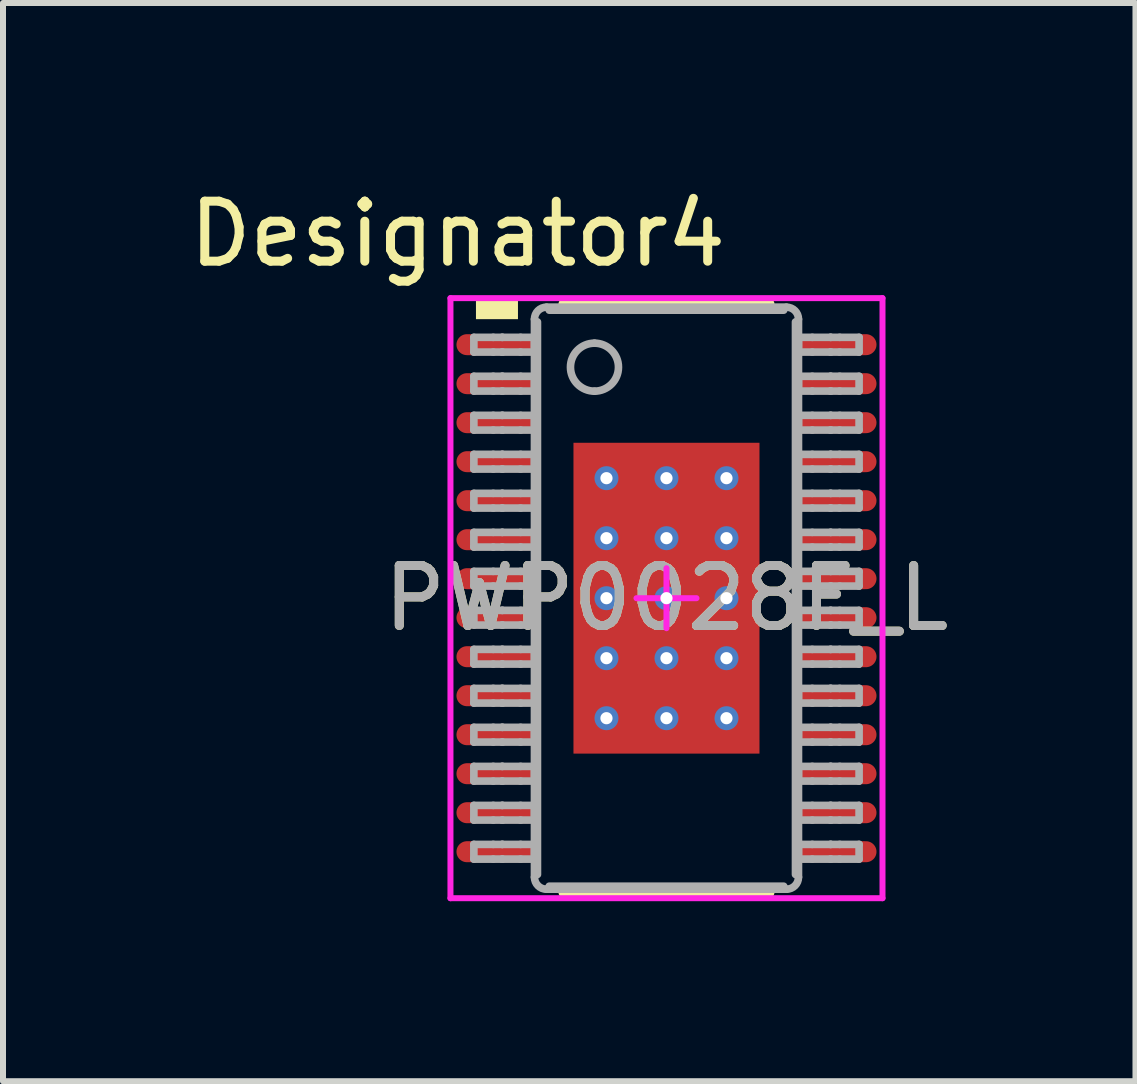
<source format=kicad_pcb>
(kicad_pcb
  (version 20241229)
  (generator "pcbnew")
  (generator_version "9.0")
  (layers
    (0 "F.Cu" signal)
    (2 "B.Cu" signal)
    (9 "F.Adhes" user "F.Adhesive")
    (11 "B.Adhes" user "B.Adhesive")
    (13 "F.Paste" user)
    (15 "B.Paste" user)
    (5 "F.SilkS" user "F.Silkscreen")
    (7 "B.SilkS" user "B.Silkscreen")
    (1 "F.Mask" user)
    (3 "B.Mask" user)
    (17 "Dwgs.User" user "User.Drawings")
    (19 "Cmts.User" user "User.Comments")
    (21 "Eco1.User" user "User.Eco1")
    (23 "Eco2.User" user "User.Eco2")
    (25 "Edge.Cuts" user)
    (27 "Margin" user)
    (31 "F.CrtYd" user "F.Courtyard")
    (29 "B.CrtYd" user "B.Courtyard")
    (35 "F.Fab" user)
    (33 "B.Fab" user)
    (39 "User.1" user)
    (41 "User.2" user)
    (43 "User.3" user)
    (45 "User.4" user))
  (footprint "PWP0028F_L"
    (layer "F.Cu")
    (at 8.057 6.919)
    (property "Reference" "PWP0028F_L" (at 0 0 0) (unlocked yes) (layer "F.SilkS") (effects (font (size 1 1) (thickness 0.15))))
    (attr smd)
    (fp_line (start -1.7 -4.9) (end 1.7 -4.9) (stroke (width 0.2) (type solid)) (layer "F.SilkS"))
    (fp_line (start -1.7 4.9) (end 1.7 4.9) (stroke (width 0.2) (type solid)) (layer "F.SilkS"))
    (fp_poly (pts (xy -3.175 -4.65) (xy -2.475 -4.65) (xy -2.475 -4.975) (xy -3.175 -4.975)) (stroke (width 0) (type solid)) (fill yes) (layer "F.SilkS"))
    (fp_line (start -3.6 -5) (end 3.6 -5) (stroke (width 0.1) (type solid)) (layer "F.CrtYd"))
    (fp_line (start -3.6 5) (end -3.6 -5) (stroke (width 0.1) (type solid)) (layer "F.CrtYd"))
    (fp_line (start -3.6 5) (end 3.6 5) (stroke (width 0.1) (type solid)) (layer "F.CrtYd"))
    (fp_line (start -0.5 0) (end 0.5 0) (stroke (width 0.1) (type solid)) (layer "F.CrtYd"))
    (fp_line (start 0 0.5) (end 0 -0.5) (stroke (width 0.1) (type solid)) (layer "F.CrtYd"))
    (fp_line (start 3.6 5) (end 3.6 -5) (stroke (width 0.1) (type solid)) (layer "F.CrtYd"))
    (fp_line (start -3.21 -4.347) (end -2.887 -4.347) (stroke (width 0.127) (type solid)) (layer "F.Fab"))
    (fp_line (start -3.21 -4.102) (end -3.21 -4.347) (stroke (width 0.127) (type solid)) (layer "F.Fab"))
    (fp_line (start -3.21 -4.102) (end -2.887 -4.102) (stroke (width 0.127) (type solid)) (layer "F.Fab"))
    (fp_line (start -3.21 -3.698) (end -2.887 -3.698) (stroke (width 0.127) (type solid)) (layer "F.Fab"))
    (fp_line (start -3.21 -3.452) (end -3.21 -3.698) (stroke (width 0.127) (type solid)) (layer "F.Fab"))
    (fp_line (start -3.21 -3.452) (end -2.887 -3.452) (stroke (width 0.127) (type solid)) (layer "F.Fab"))
    (fp_line (start -3.21 -3.047) (end -2.887 -3.047) (stroke (width 0.127) (type solid)) (layer "F.Fab"))
    (fp_line (start -3.21 -2.802) (end -3.21 -3.047) (stroke (width 0.127) (type solid)) (layer "F.Fab"))
    (fp_line (start -3.21 -2.802) (end -2.887 -2.802) (stroke (width 0.127) (type solid)) (layer "F.Fab"))
    (fp_line (start -3.21 -2.397) (end -2.887 -2.397) (stroke (width 0.127) (type solid)) (layer "F.Fab"))
    (fp_line (start -3.21 -2.152) (end -3.21 -2.397) (stroke (width 0.127) (type solid)) (layer "F.Fab"))
    (fp_line (start -3.21 -2.152) (end -2.887 -2.152) (stroke (width 0.127) (type solid)) (layer "F.Fab"))
    (fp_line (start -3.21 -1.747) (end -2.887 -1.747) (stroke (width 0.127) (type solid)) (layer "F.Fab"))
    (fp_line (start -3.21 -1.502) (end -3.21 -1.747) (stroke (width 0.127) (type solid)) (layer "F.Fab"))
    (fp_line (start -3.21 -1.502) (end -2.887 -1.502) (stroke (width 0.127) (type solid)) (layer "F.Fab"))
    (fp_line (start -3.21 -1.097) (end -2.887 -1.097) (stroke (width 0.127) (type solid)) (layer "F.Fab"))
    (fp_line (start -3.21 -0.852) (end -3.21 -1.097) (stroke (width 0.127) (type solid)) (layer "F.Fab"))
    (fp_line (start -3.21 -0.852) (end -2.887 -0.852) (stroke (width 0.127) (type solid)) (layer "F.Fab"))
    (fp_line (start -3.21 -0.447) (end -2.887 -0.447) (stroke (width 0.127) (type solid)) (layer "F.Fab"))
    (fp_line (start -3.21 -0.202) (end -3.21 -0.447) (stroke (width 0.127) (type solid)) (layer "F.Fab"))
    (fp_line (start -3.21 -0.202) (end -2.887 -0.202) (stroke (width 0.127) (type solid)) (layer "F.Fab"))
    (fp_line (start -3.21 0.203) (end -2.887 0.203) (stroke (width 0.127) (type solid)) (layer "F.Fab"))
    (fp_line (start -3.21 0.448) (end -3.21 0.203) (stroke (width 0.127) (type solid)) (layer "F.Fab"))
    (fp_line (start -3.21 0.448) (end -2.887 0.448) (stroke (width 0.127) (type solid)) (layer "F.Fab"))
    (fp_line (start -3.21 0.853) (end -2.887 0.853) (stroke (width 0.127) (type solid)) (layer "F.Fab"))
    (fp_line (start -3.21 1.098) (end -3.21 0.853) (stroke (width 0.127) (type solid)) (layer "F.Fab"))
    (fp_line (start -3.21 1.098) (end -2.887 1.098) (stroke (width 0.127) (type solid)) (layer "F.Fab"))
    (fp_line (start -3.21 1.503) (end -2.887 1.503) (stroke (width 0.127) (type solid)) (layer "F.Fab"))
    (fp_line (start -3.21 1.748) (end -3.21 1.503) (stroke (width 0.127) (type solid)) (layer "F.Fab"))
    (fp_line (start -3.21 1.748) (end -2.887 1.748) (stroke (width 0.127) (type solid)) (layer "F.Fab"))
    (fp_line (start -3.21 2.152) (end -2.887 2.152) (stroke (width 0.127) (type solid)) (layer "F.Fab"))
    (fp_line (start -3.21 2.398) (end -3.21 2.152) (stroke (width 0.127) (type solid)) (layer "F.Fab"))
    (fp_line (start -3.21 2.398) (end -2.887 2.398) (stroke (width 0.127) (type solid)) (layer "F.Fab"))
    (fp_line (start -3.21 2.803) (end -2.887 2.803) (stroke (width 0.127) (type solid)) (layer "F.Fab"))
    (fp_line (start -3.21 3.048) (end -3.21 2.803) (stroke (width 0.127) (type solid)) (layer "F.Fab"))
    (fp_line (start -3.21 3.048) (end -2.887 3.048) (stroke (width 0.127) (type solid)) (layer "F.Fab"))
    (fp_line (start -3.21 3.453) (end -2.887 3.453) (stroke (width 0.127) (type solid)) (layer "F.Fab"))
    (fp_line (start -3.21 3.698) (end -3.21 3.453) (stroke (width 0.127) (type solid)) (layer "F.Fab"))
    (fp_line (start -3.21 3.698) (end -2.887 3.698) (stroke (width 0.127) (type solid)) (layer "F.Fab"))
    (fp_line (start -3.21 4.103) (end -2.887 4.103) (stroke (width 0.127) (type solid)) (layer "F.Fab"))
    (fp_line (start -3.21 4.348) (end -3.21 4.103) (stroke (width 0.127) (type solid)) (layer "F.Fab"))
    (fp_line (start -3.21 4.348) (end -2.887 4.348) (stroke (width 0.127) (type solid)) (layer "F.Fab"))
    (fp_line (start -2.887 -4.347) (end -2.739 -4.347) (stroke (width 0.127) (type solid)) (layer "F.Fab"))
    (fp_line (start -2.887 -4.102) (end -2.739 -4.102) (stroke (width 0.127) (type solid)) (layer "F.Fab"))
    (fp_line (start -2.887 -3.698) (end -2.739 -3.698) (stroke (width 0.127) (type solid)) (layer "F.Fab"))
    (fp_line (start -2.887 -3.452) (end -2.739 -3.452) (stroke (width 0.127) (type solid)) (layer "F.Fab"))
    (fp_line (start -2.887 -3.047) (end -2.739 -3.047) (stroke (width 0.127) (type solid)) (layer "F.Fab"))
    (fp_line (start -2.887 -2.802) (end -2.739 -2.802) (stroke (width 0.127) (type solid)) (layer "F.Fab"))
    (fp_line (start -2.887 -2.397) (end -2.739 -2.397) (stroke (width 0.127) (type solid)) (layer "F.Fab"))
    (fp_line (start -2.887 -2.152) (end -2.739 -2.152) (stroke (width 0.127) (type solid)) (layer "F.Fab"))
    (fp_line (start -2.887 -1.747) (end -2.739 -1.747) (stroke (width 0.127) (type solid)) (layer "F.Fab"))
    (fp_line (start -2.887 -1.502) (end -2.739 -1.502) (stroke (width 0.127) (type solid)) (layer "F.Fab"))
    (fp_line (start -2.887 -1.097) (end -2.739 -1.097) (stroke (width 0.127) (type solid)) (layer "F.Fab"))
    (fp_line (start -2.887 -0.852) (end -2.739 -0.852) (stroke (width 0.127) (type solid)) (layer "F.Fab"))
    (fp_line (start -2.887 -0.447) (end -2.739 -0.447) (stroke (width 0.127) (type solid)) (layer "F.Fab"))
    (fp_line (start -2.887 -0.202) (end -2.739 -0.202) (stroke (width 0.127) (type solid)) (layer "F.Fab"))
    (fp_line (start -2.887 0.203) (end -2.739 0.203) (stroke (width 0.127) (type solid)) (layer "F.Fab"))
    (fp_line (start -2.887 0.448) (end -2.739 0.448) (stroke (width 0.127) (type solid)) (layer "F.Fab"))
    (fp_line (start -2.887 0.853) (end -2.739 0.853) (stroke (width 0.127) (type solid)) (layer "F.Fab"))
    (fp_line (start -2.887 1.098) (end -2.739 1.098) (stroke (width 0.127) (type solid)) (layer "F.Fab"))
    (fp_line (start -2.887 1.503) (end -2.739 1.503) (stroke (width 0.127) (type solid)) (layer "F.Fab"))
    (fp_line (start -2.887 1.748) (end -2.739 1.748) (stroke (width 0.127) (type solid)) (layer "F.Fab"))
    (fp_line (start -2.887 2.152) (end -2.739 2.152) (stroke (width 0.127) (type solid)) (layer "F.Fab"))
    (fp_line (start -2.887 2.398) (end -2.739 2.398) (stroke (width 0.127) (type solid)) (layer "F.Fab"))
    (fp_line (start -2.887 2.803) (end -2.739 2.803) (stroke (width 0.127) (type solid)) (layer "F.Fab"))
    (fp_line (start -2.887 3.048) (end -2.739 3.048) (stroke (width 0.127) (type solid)) (layer "F.Fab"))
    (fp_line (start -2.887 3.453) (end -2.739 3.453) (stroke (width 0.127) (type solid)) (layer "F.Fab"))
    (fp_line (start -2.887 3.698) (end -2.739 3.698) (stroke (width 0.127) (type solid)) (layer "F.Fab"))
    (fp_line (start -2.887 4.103) (end -2.739 4.103) (stroke (width 0.127) (type solid)) (layer "F.Fab"))
    (fp_line (start -2.887 4.348) (end -2.739 4.348) (stroke (width 0.127) (type solid)) (layer "F.Fab"))
    (fp_line (start -2.739 -4.347) (end -2.733 -4.347) (stroke (width 0.127) (type solid)) (layer "F.Fab"))
    (fp_line (start -2.739 -4.102) (end -2.733 -4.102) (stroke (width 0.127) (type solid)) (layer "F.Fab"))
    (fp_line (start -2.739 -3.698) (end -2.733 -3.698) (stroke (width 0.127) (type solid)) (layer "F.Fab"))
    (fp_line (start -2.739 -3.452) (end -2.733 -3.452) (stroke (width 0.127) (type solid)) (layer "F.Fab"))
    (fp_line (start -2.739 -3.047) (end -2.733 -3.047) (stroke (width 0.127) (type solid)) (layer "F.Fab"))
    (fp_line (start -2.739 -2.802) (end -2.733 -2.802) (stroke (width 0.127) (type solid)) (layer "F.Fab"))
    (fp_line (start -2.739 -2.397) (end -2.733 -2.397) (stroke (width 0.127) (type solid)) (layer "F.Fab"))
    (fp_line (start -2.739 -2.152) (end -2.733 -2.152) (stroke (width 0.127) (type solid)) (layer "F.Fab"))
    (fp_line (start -2.739 -1.747) (end -2.733 -1.747) (stroke (width 0.127) (type solid)) (layer "F.Fab"))
    (fp_line (start -2.739 -1.502) (end -2.733 -1.502) (stroke (width 0.127) (type solid)) (layer "F.Fab"))
    (fp_line (start -2.739 -1.097) (end -2.733 -1.097) (stroke (width 0.127) (type solid)) (layer "F.Fab"))
    (fp_line (start -2.739 -0.852) (end -2.733 -0.852) (stroke (width 0.127) (type solid)) (layer "F.Fab"))
    (fp_line (start -2.739 -0.447) (end -2.733 -0.447) (stroke (width 0.127) (type solid)) (layer "F.Fab"))
    (fp_line (start -2.739 -0.202) (end -2.733 -0.202) (stroke (width 0.127) (type solid)) (layer "F.Fab"))
    (fp_line (start -2.739 0.203) (end -2.733 0.203) (stroke (width 0.127) (type solid)) (layer "F.Fab"))
    (fp_line (start -2.739 0.448) (end -2.733 0.448) (stroke (width 0.127) (type solid)) (layer "F.Fab"))
    (fp_line (start -2.739 0.853) (end -2.733 0.853) (stroke (width 0.127) (type solid)) (layer "F.Fab"))
    (fp_line (start -2.739 1.098) (end -2.733 1.098) (stroke (width 0.127) (type solid)) (layer "F.Fab"))
    (fp_line (start -2.739 1.503) (end -2.733 1.503) (stroke (width 0.127) (type solid)) (layer "F.Fab"))
    (fp_line (start -2.739 1.748) (end -2.733 1.748) (stroke (width 0.127) (type solid)) (layer "F.Fab"))
    (fp_line (start -2.739 2.152) (end -2.733 2.152) (stroke (width 0.127) (type solid)) (layer "F.Fab"))
    (fp_line (start -2.739 2.398) (end -2.733 2.398) (stroke (width 0.127) (type solid)) (layer "F.Fab"))
    (fp_line (start -2.739 2.803) (end -2.733 2.803) (stroke (width 0.127) (type solid)) (layer "F.Fab"))
    (fp_line (start -2.739 3.048) (end -2.733 3.048) (stroke (width 0.127) (type solid)) (layer "F.Fab"))
    (fp_line (start -2.739 3.453) (end -2.733 3.453) (stroke (width 0.127) (type solid)) (layer "F.Fab"))
    (fp_line (start -2.739 3.698) (end -2.733 3.698) (stroke (width 0.127) (type solid)) (layer "F.Fab"))
    (fp_line (start -2.739 4.103) (end -2.733 4.103) (stroke (width 0.127) (type solid)) (layer "F.Fab"))
    (fp_line (start -2.739 4.348) (end -2.733 4.348) (stroke (width 0.127) (type solid)) (layer "F.Fab"))
    (fp_line (start -2.733 -4.347) (end -2.431 -4.347) (stroke (width 0.127) (type solid)) (layer "F.Fab"))
    (fp_line (start -2.733 -4.102) (end -2.431 -4.102) (stroke (width 0.127) (type solid)) (layer "F.Fab"))
    (fp_line (start -2.733 -3.698) (end -2.431 -3.698) (stroke (width 0.127) (type solid)) (layer "F.Fab"))
    (fp_line (start -2.733 -3.452) (end -2.431 -3.452) (stroke (width 0.127) (type solid)) (layer "F.Fab"))
    (fp_line (start -2.733 -3.047) (end -2.431 -3.047) (stroke (width 0.127) (type solid)) (layer "F.Fab"))
    (fp_line (start -2.733 -2.802) (end -2.431 -2.802) (stroke (width 0.127) (type solid)) (layer "F.Fab"))
    (fp_line (start -2.733 -2.397) (end -2.431 -2.397) (stroke (width 0.127) (type solid)) (layer "F.Fab"))
    (fp_line (start -2.733 -2.152) (end -2.431 -2.152) (stroke (width 0.127) (type solid)) (layer "F.Fab"))
    (fp_line (start -2.733 -1.747) (end -2.431 -1.747) (stroke (width 0.127) (type solid)) (layer "F.Fab"))
    (fp_line (start -2.733 -1.502) (end -2.431 -1.502) (stroke (width 0.127) (type solid)) (layer "F.Fab"))
    (fp_line (start -2.733 -1.097) (end -2.431 -1.097) (stroke (width 0.127) (type solid)) (layer "F.Fab"))
    (fp_line (start -2.733 -0.852) (end -2.431 -0.852) (stroke (width 0.127) (type solid)) (layer "F.Fab"))
    (fp_line (start -2.733 -0.447) (end -2.431 -0.447) (stroke (width 0.127) (type solid)) (layer "F.Fab"))
    (fp_line (start -2.733 -0.202) (end -2.431 -0.202) (stroke (width 0.127) (type solid)) (layer "F.Fab"))
    (fp_line (start -2.733 0.203) (end -2.431 0.203) (stroke (width 0.127) (type solid)) (layer "F.Fab"))
    (fp_line (start -2.733 0.448) (end -2.431 0.448) (stroke (width 0.127) (type solid)) (layer "F.Fab"))
    (fp_line (start -2.733 0.853) (end -2.431 0.853) (stroke (width 0.127) (type solid)) (layer "F.Fab"))
    (fp_line (start -2.733 1.098) (end -2.431 1.098) (stroke (width 0.127) (type solid)) (layer "F.Fab"))
    (fp_line (start -2.733 1.503) (end -2.431 1.503) (stroke (width 0.127) (type solid)) (layer "F.Fab"))
    (fp_line (start -2.733 1.748) (end -2.431 1.748) (stroke (width 0.127) (type solid)) (layer "F.Fab"))
    (fp_line (start -2.733 2.152) (end -2.431 2.152) (stroke (width 0.127) (type solid)) (layer "F.Fab"))
    (fp_line (start -2.733 2.398) (end -2.431 2.398) (stroke (width 0.127) (type solid)) (layer "F.Fab"))
    (fp_line (start -2.733 2.803) (end -2.431 2.803) (stroke (width 0.127) (type solid)) (layer "F.Fab"))
    (fp_line (start -2.733 3.048) (end -2.431 3.048) (stroke (width 0.127) (type solid)) (layer "F.Fab"))
    (fp_line (start -2.733 3.453) (end -2.431 3.453) (stroke (width 0.127) (type solid)) (layer "F.Fab"))
    (fp_line (start -2.733 3.698) (end -2.431 3.698) (stroke (width 0.127) (type solid)) (layer "F.Fab"))
    (fp_line (start -2.733 4.103) (end -2.431 4.103) (stroke (width 0.127) (type solid)) (layer "F.Fab"))
    (fp_line (start -2.733 4.348) (end -2.431 4.348) (stroke (width 0.127) (type solid)) (layer "F.Fab"))
    (fp_line (start -2.431 -4.347) (end -2.2 -4.347) (stroke (width 0.127) (type solid)) (layer "F.Fab"))
    (fp_line (start -2.431 -4.102) (end -2.2 -4.102) (stroke (width 0.127) (type solid)) (layer "F.Fab"))
    (fp_line (start -2.431 -3.698) (end -2.2 -3.698) (stroke (width 0.127) (type solid)) (layer "F.Fab"))
    (fp_line (start -2.431 -3.452) (end -2.2 -3.452) (stroke (width 0.127) (type solid)) (layer "F.Fab"))
    (fp_line (start -2.431 -3.047) (end -2.2 -3.047) (stroke (width 0.127) (type solid)) (layer "F.Fab"))
    (fp_line (start -2.431 -2.802) (end -2.2 -2.802) (stroke (width 0.127) (type solid)) (layer "F.Fab"))
    (fp_line (start -2.431 -2.397) (end -2.2 -2.397) (stroke (width 0.127) (type solid)) (layer "F.Fab"))
    (fp_line (start -2.431 -2.152) (end -2.2 -2.152) (stroke (width 0.127) (type solid)) (layer "F.Fab"))
    (fp_line (start -2.431 -1.747) (end -2.2 -1.747) (stroke (width 0.127) (type solid)) (layer "F.Fab"))
    (fp_line (start -2.431 -1.502) (end -2.2 -1.502) (stroke (width 0.127) (type solid)) (layer "F.Fab"))
    (fp_line (start -2.431 -1.097) (end -2.2 -1.097) (stroke (width 0.127) (type solid)) (layer "F.Fab"))
    (fp_line (start -2.431 -0.852) (end -2.2 -0.852) (stroke (width 0.127) (type solid)) (layer "F.Fab"))
    (fp_line (start -2.431 -0.447) (end -2.2 -0.447) (stroke (width 0.127) (type solid)) (layer "F.Fab"))
    (fp_line (start -2.431 -0.202) (end -2.2 -0.202) (stroke (width 0.127) (type solid)) (layer "F.Fab"))
    (fp_line (start -2.431 0.203) (end -2.2 0.203) (stroke (width 0.127) (type solid)) (layer "F.Fab"))
    (fp_line (start -2.431 0.448) (end -2.2 0.448) (stroke (width 0.127) (type solid)) (layer "F.Fab"))
    (fp_line (start -2.431 0.853) (end -2.2 0.853) (stroke (width 0.127) (type solid)) (layer "F.Fab"))
    (fp_line (start -2.431 1.098) (end -2.2 1.098) (stroke (width 0.127) (type solid)) (layer "F.Fab"))
    (fp_line (start -2.431 1.503) (end -2.2 1.503) (stroke (width 0.127) (type solid)) (layer "F.Fab"))
    (fp_line (start -2.431 1.748) (end -2.2 1.748) (stroke (width 0.127) (type solid)) (layer "F.Fab"))
    (fp_line (start -2.431 2.152) (end -2.2 2.152) (stroke (width 0.127) (type solid)) (layer "F.Fab"))
    (fp_line (start -2.431 2.398) (end -2.2 2.398) (stroke (width 0.127) (type solid)) (layer "F.Fab"))
    (fp_line (start -2.431 2.803) (end -2.2 2.803) (stroke (width 0.127) (type solid)) (layer "F.Fab"))
    (fp_line (start -2.431 3.048) (end -2.2 3.048) (stroke (width 0.127) (type solid)) (layer "F.Fab"))
    (fp_line (start -2.431 3.453) (end -2.2 3.453) (stroke (width 0.127) (type solid)) (layer "F.Fab"))
    (fp_line (start -2.431 3.698) (end -2.2 3.698) (stroke (width 0.127) (type solid)) (layer "F.Fab"))
    (fp_line (start -2.431 4.103) (end -2.2 4.103) (stroke (width 0.127) (type solid)) (layer "F.Fab"))
    (fp_line (start -2.431 4.348) (end -2.2 4.348) (stroke (width 0.127) (type solid)) (layer "F.Fab"))
    (fp_line (start -2.2 -4.102) (end -2.2 -4.347) (stroke (width 0.127) (type solid)) (layer "F.Fab"))
    (fp_line (start -2.2 -3.452) (end -2.2 -3.698) (stroke (width 0.127) (type solid)) (layer "F.Fab"))
    (fp_line (start -2.2 -2.802) (end -2.2 -3.047) (stroke (width 0.127) (type solid)) (layer "F.Fab"))
    (fp_line (start -2.2 -2.152) (end -2.2 -2.397) (stroke (width 0.127) (type solid)) (layer "F.Fab"))
    (fp_line (start -2.2 -1.502) (end -2.2 -1.747) (stroke (width 0.127) (type solid)) (layer "F.Fab"))
    (fp_line (start -2.2 -0.852) (end -2.2 -1.097) (stroke (width 0.127) (type solid)) (layer "F.Fab"))
    (fp_line (start -2.2 -0.202) (end -2.2 -0.447) (stroke (width 0.127) (type solid)) (layer "F.Fab"))
    (fp_line (start -2.2 0.448) (end -2.2 0.203) (stroke (width 0.127) (type solid)) (layer "F.Fab"))
    (fp_line (start -2.2 1.098) (end -2.2 0.853) (stroke (width 0.127) (type solid)) (layer "F.Fab"))
    (fp_line (start -2.2 1.748) (end -2.2 1.503) (stroke (width 0.127) (type solid)) (layer "F.Fab"))
    (fp_line (start -2.2 2.398) (end -2.2 2.152) (stroke (width 0.127) (type solid)) (layer "F.Fab"))
    (fp_line (start -2.2 3.048) (end -2.2 2.803) (stroke (width 0.127) (type solid)) (layer "F.Fab"))
    (fp_line (start -2.2 3.698) (end -2.2 3.453) (stroke (width 0.127) (type solid)) (layer "F.Fab"))
    (fp_line (start -2.2 4.348) (end -2.2 4.103) (stroke (width 0.127) (type solid)) (layer "F.Fab"))
    (fp_line (start -2.2 4.65) (end -2.2 -4.65) (stroke (width 0.127) (type solid)) (layer "F.Fab"))
    (fp_line (start -2.15 4.604) (end -2.15 -4.604) (stroke (width 0.127) (type solid)) (layer "F.Fab"))
    (fp_line (start -2 -4.85) (end 2 -4.85) (stroke (width 0.127) (type solid)) (layer "F.Fab"))
    (fp_line (start -2 4.85) (end 2 4.85) (stroke (width 0.127) (type solid)) (layer "F.Fab"))
    (fp_line (start -1.954 -4.8) (end 1.954 -4.8) (stroke (width 0.127) (type solid)) (layer "F.Fab"))
    (fp_line (start -1.954 4.8) (end 1.954 4.8) (stroke (width 0.127) (type solid)) (layer "F.Fab"))
    (fp_line (start 2.15 4.604) (end 2.15 -4.604) (stroke (width 0.127) (type solid)) (layer "F.Fab"))
    (fp_line (start 2.2 -4.347) (end 2.43 -4.347) (stroke (width 0.127) (type solid)) (layer "F.Fab"))
    (fp_line (start 2.2 -4.102) (end 2.2 -4.347) (stroke (width 0.127) (type solid)) (layer "F.Fab"))
    (fp_line (start 2.2 -4.102) (end 2.43 -4.102) (stroke (width 0.127) (type solid)) (layer "F.Fab"))
    (fp_line (start 2.2 -3.698) (end 2.43 -3.698) (stroke (width 0.127) (type solid)) (layer "F.Fab"))
    (fp_line (start 2.2 -3.452) (end 2.2 -3.698) (stroke (width 0.127) (type solid)) (layer "F.Fab"))
    (fp_line (start 2.2 -3.452) (end 2.43 -3.452) (stroke (width 0.127) (type solid)) (layer "F.Fab"))
    (fp_line (start 2.2 -3.047) (end 2.43 -3.047) (stroke (width 0.127) (type solid)) (layer "F.Fab"))
    (fp_line (start 2.2 -2.802) (end 2.2 -3.047) (stroke (width 0.127) (type solid)) (layer "F.Fab"))
    (fp_line (start 2.2 -2.802) (end 2.43 -2.802) (stroke (width 0.127) (type solid)) (layer "F.Fab"))
    (fp_line (start 2.2 -2.397) (end 2.43 -2.397) (stroke (width 0.127) (type solid)) (layer "F.Fab"))
    (fp_line (start 2.2 -2.152) (end 2.2 -2.397) (stroke (width 0.127) (type solid)) (layer "F.Fab"))
    (fp_line (start 2.2 -2.152) (end 2.43 -2.152) (stroke (width 0.127) (type solid)) (layer "F.Fab"))
    (fp_line (start 2.2 -1.747) (end 2.43 -1.747) (stroke (width 0.127) (type solid)) (layer "F.Fab"))
    (fp_line (start 2.2 -1.502) (end 2.2 -1.747) (stroke (width 0.127) (type solid)) (layer "F.Fab"))
    (fp_line (start 2.2 -1.502) (end 2.43 -1.502) (stroke (width 0.127) (type solid)) (layer "F.Fab"))
    (fp_line (start 2.2 -1.097) (end 2.43 -1.097) (stroke (width 0.127) (type solid)) (layer "F.Fab"))
    (fp_line (start 2.2 -0.852) (end 2.2 -1.097) (stroke (width 0.127) (type solid)) (layer "F.Fab"))
    (fp_line (start 2.2 -0.852) (end 2.43 -0.852) (stroke (width 0.127) (type solid)) (layer "F.Fab"))
    (fp_line (start 2.2 -0.447) (end 2.43 -0.447) (stroke (width 0.127) (type solid)) (layer "F.Fab"))
    (fp_line (start 2.2 -0.202) (end 2.2 -0.447) (stroke (width 0.127) (type solid)) (layer "F.Fab"))
    (fp_line (start 2.2 -0.202) (end 2.43 -0.202) (stroke (width 0.127) (type solid)) (layer "F.Fab"))
    (fp_line (start 2.2 0.203) (end 2.43 0.203) (stroke (width 0.127) (type solid)) (layer "F.Fab"))
    (fp_line (start 2.2 0.448) (end 2.2 0.203) (stroke (width 0.127) (type solid)) (layer "F.Fab"))
    (fp_line (start 2.2 0.448) (end 2.43 0.448) (stroke (width 0.127) (type solid)) (layer "F.Fab"))
    (fp_line (start 2.2 0.853) (end 2.43 0.853) (stroke (width 0.127) (type solid)) (layer "F.Fab"))
    (fp_line (start 2.2 1.098) (end 2.2 0.853) (stroke (width 0.127) (type solid)) (layer "F.Fab"))
    (fp_line (start 2.2 1.098) (end 2.43 1.098) (stroke (width 0.127) (type solid)) (layer "F.Fab"))
    (fp_line (start 2.2 1.503) (end 2.43 1.503) (stroke (width 0.127) (type solid)) (layer "F.Fab"))
    (fp_line (start 2.2 1.748) (end 2.2 1.503) (stroke (width 0.127) (type solid)) (layer "F.Fab"))
    (fp_line (start 2.2 1.748) (end 2.43 1.748) (stroke (width 0.127) (type solid)) (layer "F.Fab"))
    (fp_line (start 2.2 2.152) (end 2.43 2.152) (stroke (width 0.127) (type solid)) (layer "F.Fab"))
    (fp_line (start 2.2 2.398) (end 2.2 2.152) (stroke (width 0.127) (type solid)) (layer "F.Fab"))
    (fp_line (start 2.2 2.398) (end 2.43 2.398) (stroke (width 0.127) (type solid)) (layer "F.Fab"))
    (fp_line (start 2.2 2.803) (end 2.43 2.803) (stroke (width 0.127) (type solid)) (layer "F.Fab"))
    (fp_line (start 2.2 3.048) (end 2.2 2.803) (stroke (width 0.127) (type solid)) (layer "F.Fab"))
    (fp_line (start 2.2 3.048) (end 2.43 3.048) (stroke (width 0.127) (type solid)) (layer "F.Fab"))
    (fp_line (start 2.2 3.453) (end 2.43 3.453) (stroke (width 0.127) (type solid)) (layer "F.Fab"))
    (fp_line (start 2.2 3.698) (end 2.2 3.453) (stroke (width 0.127) (type solid)) (layer "F.Fab"))
    (fp_line (start 2.2 3.698) (end 2.43 3.698) (stroke (width 0.127) (type solid)) (layer "F.Fab"))
    (fp_line (start 2.2 4.103) (end 2.43 4.103) (stroke (width 0.127) (type solid)) (layer "F.Fab"))
    (fp_line (start 2.2 4.348) (end 2.2 4.103) (stroke (width 0.127) (type solid)) (layer "F.Fab"))
    (fp_line (start 2.2 4.348) (end 2.43 4.348) (stroke (width 0.127) (type solid)) (layer "F.Fab"))
    (fp_line (start 2.2 4.65) (end 2.2 -4.65) (stroke (width 0.127) (type solid)) (layer "F.Fab"))
    (fp_line (start 2.43 -4.347) (end 2.733 -4.347) (stroke (width 0.127) (type solid)) (layer "F.Fab"))
    (fp_line (start 2.43 -4.102) (end 2.733 -4.102) (stroke (width 0.127) (type solid)) (layer "F.Fab"))
    (fp_line (start 2.43 -3.698) (end 2.733 -3.698) (stroke (width 0.127) (type solid)) (layer "F.Fab"))
    (fp_line (start 2.43 -3.452) (end 2.733 -3.452) (stroke (width 0.127) (type solid)) (layer "F.Fab"))
    (fp_line (start 2.43 -3.047) (end 2.733 -3.047) (stroke (width 0.127) (type solid)) (layer "F.Fab"))
    (fp_line (start 2.43 -2.802) (end 2.733 -2.802) (stroke (width 0.127) (type solid)) (layer "F.Fab"))
    (fp_line (start 2.43 -2.397) (end 2.733 -2.397) (stroke (width 0.127) (type solid)) (layer "F.Fab"))
    (fp_line (start 2.43 -2.152) (end 2.733 -2.152) (stroke (width 0.127) (type solid)) (layer "F.Fab"))
    (fp_line (start 2.43 -1.747) (end 2.733 -1.747) (stroke (width 0.127) (type solid)) (layer "F.Fab"))
    (fp_line (start 2.43 -1.502) (end 2.733 -1.502) (stroke (width 0.127) (type solid)) (layer "F.Fab"))
    (fp_line (start 2.43 -1.097) (end 2.733 -1.097) (stroke (width 0.127) (type solid)) (layer "F.Fab"))
    (fp_line (start 2.43 -0.852) (end 2.733 -0.852) (stroke (width 0.127) (type solid)) (layer "F.Fab"))
    (fp_line (start 2.43 -0.447) (end 2.733 -0.447) (stroke (width 0.127) (type solid)) (layer "F.Fab"))
    (fp_line (start 2.43 -0.202) (end 2.733 -0.202) (stroke (width 0.127) (type solid)) (layer "F.Fab"))
    (fp_line (start 2.43 0.203) (end 2.733 0.203) (stroke (width 0.127) (type solid)) (layer "F.Fab"))
    (fp_line (start 2.43 0.448) (end 2.733 0.448) (stroke (width 0.127) (type solid)) (layer "F.Fab"))
    (fp_line (start 2.43 0.853) (end 2.733 0.853) (stroke (width 0.127) (type solid)) (layer "F.Fab"))
    (fp_line (start 2.43 1.098) (end 2.733 1.098) (stroke (width 0.127) (type solid)) (layer "F.Fab"))
    (fp_line (start 2.43 1.503) (end 2.733 1.503) (stroke (width 0.127) (type solid)) (layer "F.Fab"))
    (fp_line (start 2.43 1.748) (end 2.733 1.748) (stroke (width 0.127) (type solid)) (layer "F.Fab"))
    (fp_line (start 2.43 2.152) (end 2.733 2.152) (stroke (width 0.127) (type solid)) (layer "F.Fab"))
    (fp_line (start 2.43 2.398) (end 2.733 2.398) (stroke (width 0.127) (type solid)) (layer "F.Fab"))
    (fp_line (start 2.43 2.803) (end 2.733 2.803) (stroke (width 0.127) (type solid)) (layer "F.Fab"))
    (fp_line (start 2.43 3.048) (end 2.733 3.048) (stroke (width 0.127) (type solid)) (layer "F.Fab"))
    (fp_line (start 2.43 3.453) (end 2.733 3.453) (stroke (width 0.127) (type solid)) (layer "F.Fab"))
    (fp_line (start 2.43 3.698) (end 2.733 3.698) (stroke (width 0.127) (type solid)) (layer "F.Fab"))
    (fp_line (start 2.43 4.103) (end 2.733 4.103) (stroke (width 0.127) (type solid)) (layer "F.Fab"))
    (fp_line (start 2.43 4.348) (end 2.733 4.348) (stroke (width 0.127) (type solid)) (layer "F.Fab"))
    (fp_line (start 2.733 -4.347) (end 2.739 -4.347) (stroke (width 0.127) (type solid)) (layer "F.Fab"))
    (fp_line (start 2.733 -4.102) (end 2.739 -4.102) (stroke (width 0.127) (type solid)) (layer "F.Fab"))
    (fp_line (start 2.733 -3.698) (end 2.739 -3.698) (stroke (width 0.127) (type solid)) (layer "F.Fab"))
    (fp_line (start 2.733 -3.452) (end 2.739 -3.452) (stroke (width 0.127) (type solid)) (layer "F.Fab"))
    (fp_line (start 2.733 -3.047) (end 2.739 -3.047) (stroke (width 0.127) (type solid)) (layer "F.Fab"))
    (fp_line (start 2.733 -2.802) (end 2.739 -2.802) (stroke (width 0.127) (type solid)) (layer "F.Fab"))
    (fp_line (start 2.733 -2.397) (end 2.739 -2.397) (stroke (width 0.127) (type solid)) (layer "F.Fab"))
    (fp_line (start 2.733 -2.152) (end 2.739 -2.152) (stroke (width 0.127) (type solid)) (layer "F.Fab"))
    (fp_line (start 2.733 -1.747) (end 2.739 -1.747) (stroke (width 0.127) (type solid)) (layer "F.Fab"))
    (fp_line (start 2.733 -1.502) (end 2.739 -1.502) (stroke (width 0.127) (type solid)) (layer "F.Fab"))
    (fp_line (start 2.733 -1.097) (end 2.739 -1.097) (stroke (width 0.127) (type solid)) (layer "F.Fab"))
    (fp_line (start 2.733 -0.852) (end 2.739 -0.852) (stroke (width 0.127) (type solid)) (layer "F.Fab"))
    (fp_line (start 2.733 -0.447) (end 2.739 -0.447) (stroke (width 0.127) (type solid)) (layer "F.Fab"))
    (fp_line (start 2.733 -0.202) (end 2.739 -0.202) (stroke (width 0.127) (type solid)) (layer "F.Fab"))
    (fp_line (start 2.733 0.203) (end 2.739 0.203) (stroke (width 0.127) (type solid)) (layer "F.Fab"))
    (fp_line (start 2.733 0.448) (end 2.739 0.448) (stroke (width 0.127) (type solid)) (layer "F.Fab"))
    (fp_line (start 2.733 0.853) (end 2.739 0.853) (stroke (width 0.127) (type solid)) (layer "F.Fab"))
    (fp_line (start 2.733 1.098) (end 2.739 1.098) (stroke (width 0.127) (type solid)) (layer "F.Fab"))
    (fp_line (start 2.733 1.503) (end 2.739 1.503) (stroke (width 0.127) (type solid)) (layer "F.Fab"))
    (fp_line (start 2.733 1.748) (end 2.739 1.748) (stroke (width 0.127) (type solid)) (layer "F.Fab"))
    (fp_line (start 2.733 2.152) (end 2.739 2.152) (stroke (width 0.127) (type solid)) (layer "F.Fab"))
    (fp_line (start 2.733 2.398) (end 2.739 2.398) (stroke (width 0.127) (type solid)) (layer "F.Fab"))
    (fp_line (start 2.733 2.803) (end 2.739 2.803) (stroke (width 0.127) (type solid)) (layer "F.Fab"))
    (fp_line (start 2.733 3.048) (end 2.739 3.048) (stroke (width 0.127) (type solid)) (layer "F.Fab"))
    (fp_line (start 2.733 3.453) (end 2.739 3.453) (stroke (width 0.127) (type solid)) (layer "F.Fab"))
    (fp_line (start 2.733 3.698) (end 2.739 3.698) (stroke (width 0.127) (type solid)) (layer "F.Fab"))
    (fp_line (start 2.733 4.103) (end 2.739 4.103) (stroke (width 0.127) (type solid)) (layer "F.Fab"))
    (fp_line (start 2.733 4.348) (end 2.739 4.348) (stroke (width 0.127) (type solid)) (layer "F.Fab"))
    (fp_line (start 2.739 -4.347) (end 2.887 -4.347) (stroke (width 0.127) (type solid)) (layer "F.Fab"))
    (fp_line (start 2.739 -4.102) (end 2.887 -4.102) (stroke (width 0.127) (type solid)) (layer "F.Fab"))
    (fp_line (start 2.739 -3.698) (end 2.887 -3.698) (stroke (width 0.127) (type solid)) (layer "F.Fab"))
    (fp_line (start 2.739 -3.452) (end 2.887 -3.452) (stroke (width 0.127) (type solid)) (layer "F.Fab"))
    (fp_line (start 2.739 -3.047) (end 2.887 -3.047) (stroke (width 0.127) (type solid)) (layer "F.Fab"))
    (fp_line (start 2.739 -2.802) (end 2.887 -2.802) (stroke (width 0.127) (type solid)) (layer "F.Fab"))
    (fp_line (start 2.739 -2.397) (end 2.887 -2.397) (stroke (width 0.127) (type solid)) (layer "F.Fab"))
    (fp_line (start 2.739 -2.152) (end 2.887 -2.152) (stroke (width 0.127) (type solid)) (layer "F.Fab"))
    (fp_line (start 2.739 -1.747) (end 2.887 -1.747) (stroke (width 0.127) (type solid)) (layer "F.Fab"))
    (fp_line (start 2.739 -1.502) (end 2.887 -1.502) (stroke (width 0.127) (type solid)) (layer "F.Fab"))
    (fp_line (start 2.739 -1.097) (end 2.887 -1.097) (stroke (width 0.127) (type solid)) (layer "F.Fab"))
    (fp_line (start 2.739 -0.852) (end 2.887 -0.852) (stroke (width 0.127) (type solid)) (layer "F.Fab"))
    (fp_line (start 2.739 -0.447) (end 2.887 -0.447) (stroke (width 0.127) (type solid)) (layer "F.Fab"))
    (fp_line (start 2.739 -0.202) (end 2.887 -0.202) (stroke (width 0.127) (type solid)) (layer "F.Fab"))
    (fp_line (start 2.739 0.203) (end 2.887 0.203) (stroke (width 0.127) (type solid)) (layer "F.Fab"))
    (fp_line (start 2.739 0.448) (end 2.887 0.448) (stroke (width 0.127) (type solid)) (layer "F.Fab"))
    (fp_line (start 2.739 0.853) (end 2.887 0.853) (stroke (width 0.127) (type solid)) (layer "F.Fab"))
    (fp_line (start 2.739 1.098) (end 2.887 1.098) (stroke (width 0.127) (type solid)) (layer "F.Fab"))
    (fp_line (start 2.739 1.503) (end 2.887 1.503) (stroke (width 0.127) (type solid)) (layer "F.Fab"))
    (fp_line (start 2.739 1.748) (end 2.887 1.748) (stroke (width 0.127) (type solid)) (layer "F.Fab"))
    (fp_line (start 2.739 2.152) (end 2.887 2.152) (stroke (width 0.127) (type solid)) (layer "F.Fab"))
    (fp_line (start 2.739 2.398) (end 2.887 2.398) (stroke (width 0.127) (type solid)) (layer "F.Fab"))
    (fp_line (start 2.739 2.803) (end 2.887 2.803) (stroke (width 0.127) (type solid)) (layer "F.Fab"))
    (fp_line (start 2.739 3.048) (end 2.887 3.048) (stroke (width 0.127) (type solid)) (layer "F.Fab"))
    (fp_line (start 2.739 3.453) (end 2.887 3.453) (stroke (width 0.127) (type solid)) (layer "F.Fab"))
    (fp_line (start 2.739 3.698) (end 2.887 3.698) (stroke (width 0.127) (type solid)) (layer "F.Fab"))
    (fp_line (start 2.739 4.103) (end 2.887 4.103) (stroke (width 0.127) (type solid)) (layer "F.Fab"))
    (fp_line (start 2.739 4.348) (end 2.887 4.348) (stroke (width 0.127) (type solid)) (layer "F.Fab"))
    (fp_line (start 2.887 -4.347) (end 3.21 -4.347) (stroke (width 0.127) (type solid)) (layer "F.Fab"))
    (fp_line (start 2.887 -4.102) (end 3.21 -4.102) (stroke (width 0.127) (type solid)) (layer "F.Fab"))
    (fp_line (start 2.887 -3.698) (end 3.21 -3.698) (stroke (width 0.127) (type solid)) (layer "F.Fab"))
    (fp_line (start 2.887 -3.452) (end 3.21 -3.452) (stroke (width 0.127) (type solid)) (layer "F.Fab"))
    (fp_line (start 2.887 -3.047) (end 3.21 -3.047) (stroke (width 0.127) (type solid)) (layer "F.Fab"))
    (fp_line (start 2.887 -2.802) (end 3.21 -2.802) (stroke (width 0.127) (type solid)) (layer "F.Fab"))
    (fp_line (start 2.887 -2.397) (end 3.21 -2.397) (stroke (width 0.127) (type solid)) (layer "F.Fab"))
    (fp_line (start 2.887 -2.152) (end 3.21 -2.152) (stroke (width 0.127) (type solid)) (layer "F.Fab"))
    (fp_line (start 2.887 -1.747) (end 3.21 -1.747) (stroke (width 0.127) (type solid)) (layer "F.Fab"))
    (fp_line (start 2.887 -1.502) (end 3.21 -1.502) (stroke (width 0.127) (type solid)) (layer "F.Fab"))
    (fp_line (start 2.887 -1.097) (end 3.21 -1.097) (stroke (width 0.127) (type solid)) (layer "F.Fab"))
    (fp_line (start 2.887 -0.852) (end 3.21 -0.852) (stroke (width 0.127) (type solid)) (layer "F.Fab"))
    (fp_line (start 2.887 -0.447) (end 3.21 -0.447) (stroke (width 0.127) (type solid)) (layer "F.Fab"))
    (fp_line (start 2.887 -0.202) (end 3.21 -0.202) (stroke (width 0.127) (type solid)) (layer "F.Fab"))
    (fp_line (start 2.887 0.203) (end 3.21 0.203) (stroke (width 0.127) (type solid)) (layer "F.Fab"))
    (fp_line (start 2.887 0.448) (end 3.21 0.448) (stroke (width 0.127) (type solid)) (layer "F.Fab"))
    (fp_line (start 2.887 0.853) (end 3.21 0.853) (stroke (width 0.127) (type solid)) (layer "F.Fab"))
    (fp_line (start 2.887 1.098) (end 3.21 1.098) (stroke (width 0.127) (type solid)) (layer "F.Fab"))
    (fp_line (start 2.887 1.503) (end 3.21 1.503) (stroke (width 0.127) (type solid)) (layer "F.Fab"))
    (fp_line (start 2.887 1.748) (end 3.21 1.748) (stroke (width 0.127) (type solid)) (layer "F.Fab"))
    (fp_line (start 2.887 2.152) (end 3.21 2.152) (stroke (width 0.127) (type solid)) (layer "F.Fab"))
    (fp_line (start 2.887 2.398) (end 3.21 2.398) (stroke (width 0.127) (type solid)) (layer "F.Fab"))
    (fp_line (start 2.887 2.803) (end 3.21 2.803) (stroke (width 0.127) (type solid)) (layer "F.Fab"))
    (fp_line (start 2.887 3.048) (end 3.21 3.048) (stroke (width 0.127) (type solid)) (layer "F.Fab"))
    (fp_line (start 2.887 3.453) (end 3.21 3.453) (stroke (width 0.127) (type solid)) (layer "F.Fab"))
    (fp_line (start 2.887 3.698) (end 3.21 3.698) (stroke (width 0.127) (type solid)) (layer "F.Fab"))
    (fp_line (start 2.887 4.103) (end 3.21 4.103) (stroke (width 0.127) (type solid)) (layer "F.Fab"))
    (fp_line (start 2.887 4.348) (end 3.21 4.348) (stroke (width 0.127) (type solid)) (layer "F.Fab"))
    (fp_line (start 3.21 -4.102) (end 3.21 -4.347) (stroke (width 0.127) (type solid)) (layer "F.Fab"))
    (fp_line (start 3.21 -3.452) (end 3.21 -3.698) (stroke (width 0.127) (type solid)) (layer "F.Fab"))
    (fp_line (start 3.21 -2.802) (end 3.21 -3.047) (stroke (width 0.127) (type solid)) (layer "F.Fab"))
    (fp_line (start 3.21 -2.152) (end 3.21 -2.397) (stroke (width 0.127) (type solid)) (layer "F.Fab"))
    (fp_line (start 3.21 -1.502) (end 3.21 -1.747) (stroke (width 0.127) (type solid)) (layer "F.Fab"))
    (fp_line (start 3.21 -0.852) (end 3.21 -1.097) (stroke (width 0.127) (type solid)) (layer "F.Fab"))
    (fp_line (start 3.21 -0.202) (end 3.21 -0.447) (stroke (width 0.127) (type solid)) (layer "F.Fab"))
    (fp_line (start 3.21 0.448) (end 3.21 0.203) (stroke (width 0.127) (type solid)) (layer "F.Fab"))
    (fp_line (start 3.21 1.098) (end 3.21 0.853) (stroke (width 0.127) (type solid)) (layer "F.Fab"))
    (fp_line (start 3.21 1.748) (end 3.21 1.503) (stroke (width 0.127) (type solid)) (layer "F.Fab"))
    (fp_line (start 3.21 2.398) (end 3.21 2.152) (stroke (width 0.127) (type solid)) (layer "F.Fab"))
    (fp_line (start 3.21 3.048) (end 3.21 2.803) (stroke (width 0.127) (type solid)) (layer "F.Fab"))
    (fp_line (start 3.21 3.698) (end 3.21 3.453) (stroke (width 0.127) (type solid)) (layer "F.Fab"))
    (fp_line (start 3.21 4.348) (end 3.21 4.103) (stroke (width 0.127) (type solid)) (layer "F.Fab"))
    (fp_arc (start -2.200001 -4.650001) (mid -2.141422 -4.791422) (end -2.000001 -4.85) (stroke (width 0.127) (type solid)) (layer "F.Fab"))
    (fp_arc (start -2.000001 4.850006) (mid -2.141422 4.791427) (end -2.200001 4.650006) (stroke (width 0.127) (type solid)) (layer "F.Fab"))
    (fp_arc (start -1.200003 -4.249976) (mid -0.800003 -3.849977) (end -1.200003 -3.449978) (stroke (width 0.127) (type solid)) (layer "F.Fab"))
    (fp_arc (start -1.200003 -3.449978) (mid -1.600002 -3.849977) (end -1.200003 -4.249976) (stroke (width 0.127) (type solid)) (layer "F.Fab"))
    (fp_arc (start 1.999991 -4.85) (mid 2.141412 -4.791422) (end 2.199991 -4.650001) (stroke (width 0.127) (type solid)) (layer "F.Fab"))
    (fp_arc (start 2.199991 4.650006) (mid 2.141412 4.791427) (end 1.999991 4.850006) (stroke (width 0.127) (type solid)) (layer "F.Fab"))
    (fp_text user "Designator4" (at -3.48 -6.071 0) (unlocked yes) (layer "F.SilkS") (effects (font (size 1 1) (thickness 0.15))))
    (fp_text user "${REFERENCE}" (at 0 0 0) (unlocked yes) (layer "F.Fab") (effects (font (size 1 1) (thickness 0.15))))
    (pad "1" smd oval (at -2.8 -4.225 90) (size 0.35 1.4) (layers "F.Cu" "F.Mask" "F.Paste"))
    (pad "2" smd oval (at -2.8 -3.575 90) (size 0.35 1.4) (layers "F.Cu" "F.Mask" "F.Paste"))
    (pad "3" smd oval (at -2.8 -2.925 90) (size 0.35 1.4) (layers "F.Cu" "F.Mask" "F.Paste"))
    (pad "4" smd oval (at -2.8 -2.275 90) (size 0.35 1.4) (layers "F.Cu" "F.Mask" "F.Paste"))
    (pad "5" smd oval (at -2.8 -1.625 90) (size 0.35 1.4) (layers "F.Cu" "F.Mask" "F.Paste"))
    (pad "6" smd oval (at -2.8 -0.975 90) (size 0.35 1.4) (layers "F.Cu" "F.Mask" "F.Paste"))
    (pad "7" smd oval (at -2.8 -0.325 90) (size 0.35 1.4) (layers "F.Cu" "F.Mask" "F.Paste"))
    (pad "8" smd oval (at -2.8 0.325 90) (size 0.35 1.4) (layers "F.Cu" "F.Mask" "F.Paste"))
    (pad "9" smd oval (at -2.8 0.975 90) (size 0.35 1.4) (layers "F.Cu" "F.Mask" "F.Paste"))
    (pad "10" smd oval (at -2.8 1.625 90) (size 0.35 1.4) (layers "F.Cu" "F.Mask" "F.Paste"))
    (pad "11" smd oval (at -2.8 2.275 90) (size 0.35 1.4) (layers "F.Cu" "F.Mask" "F.Paste"))
    (pad "12" smd oval (at -2.8 2.925 90) (size 0.35 1.4) (layers "F.Cu" "F.Mask" "F.Paste"))
    (pad "13" smd oval (at -2.8 3.575 90) (size 0.35 1.4) (layers "F.Cu" "F.Mask" "F.Paste"))
    (pad "14" smd oval (at -2.8 4.225 90) (size 0.35 1.4) (layers "F.Cu" "F.Mask" "F.Paste"))
    (pad "15" smd oval (at 2.8 4.225 90) (size 0.35 1.4) (layers "F.Cu" "F.Mask" "F.Paste"))
    (pad "16" smd oval (at 2.8 3.575 90) (size 0.35 1.4) (layers "F.Cu" "F.Mask" "F.Paste"))
    (pad "17" smd oval (at 2.8 2.925 90) (size 0.35 1.4) (layers "F.Cu" "F.Mask" "F.Paste"))
    (pad "18" smd oval (at 2.8 2.275 90) (size 0.35 1.4) (layers "F.Cu" "F.Mask" "F.Paste"))
    (pad "19" smd oval (at 2.8 1.625 90) (size 0.35 1.4) (layers "F.Cu" "F.Mask" "F.Paste"))
    (pad "20" smd oval (at 2.8 0.975 90) (size 0.35 1.4) (layers "F.Cu" "F.Mask" "F.Paste"))
    (pad "21" smd oval (at 2.8 0.325 90) (size 0.35 1.4) (layers "F.Cu" "F.Mask" "F.Paste"))
    (pad "22" smd oval (at 2.8 -0.325 90) (size 0.35 1.4) (layers "F.Cu" "F.Mask" "F.Paste"))
    (pad "23" smd oval (at 2.8 -0.975 90) (size 0.35 1.4) (layers "F.Cu" "F.Mask" "F.Paste"))
    (pad "24" smd oval (at 2.8 -1.625 90) (size 0.35 1.4) (layers "F.Cu" "F.Mask" "F.Paste"))
    (pad "25" smd oval (at 2.8 -2.275 90) (size 0.35 1.4) (layers "F.Cu" "F.Mask" "F.Paste"))
    (pad "26" smd oval (at 2.8 -2.925 90) (size 0.35 1.4) (layers "F.Cu" "F.Mask" "F.Paste"))
    (pad "27" smd oval (at 2.8 -3.575 90) (size 0.35 1.4) (layers "F.Cu" "F.Mask" "F.Paste"))
    (pad "28" smd oval (at 2.8 -4.225 90) (size 0.35 1.4) (layers "F.Cu" "F.Mask" "F.Paste"))
    (pad "29" smd rect (at 0 0) (size 3.1 5.18) (layers "F.Cu" "F.Mask" "F.Paste"))
    (pad "V" thru_hole circle (at -1 -2) (size 0.4 0.4) (drill 0.203) (layers "*.Cu" "*.Mask"))
    (pad "V" thru_hole circle (at -1 -1) (size 0.4 0.4) (drill 0.203) (layers "*.Cu" "*.Mask"))
    (pad "V" thru_hole circle (at -1 0) (size 0.4 0.4) (drill 0.203) (layers "*.Cu" "*.Mask"))
    (pad "V" thru_hole circle (at -1 1) (size 0.4 0.4) (drill 0.203) (layers "*.Cu" "*.Mask"))
    (pad "V" thru_hole circle (at -1 2) (size 0.4 0.4) (drill 0.203) (layers "*.Cu" "*.Mask"))
    (pad "V" thru_hole circle (at 0 -2) (size 0.4 0.4) (drill 0.203) (layers "*.Cu" "*.Mask"))
    (pad "V" thru_hole circle (at 0 -1) (size 0.4 0.4) (drill 0.203) (layers "*.Cu" "*.Mask"))
    (pad "V" thru_hole circle (at 0 0) (size 0.4 0.4) (drill 0.203) (layers "*.Cu" "*.Mask"))
    (pad "V" thru_hole circle (at 0 1) (size 0.4 0.4) (drill 0.203) (layers "*.Cu" "*.Mask"))
    (pad "V" thru_hole circle (at 0 2) (size 0.4 0.4) (drill 0.203) (layers "*.Cu" "*.Mask"))
    (pad "V" thru_hole circle (at 1 -2) (size 0.4 0.4) (drill 0.203) (layers "*.Cu" "*.Mask"))
    (pad "V" thru_hole circle (at 1 -1) (size 0.4 0.4) (drill 0.203) (layers "*.Cu" "*.Mask"))
    (pad "V" thru_hole circle (at 1 0) (size 0.4 0.4) (drill 0.203) (layers "*.Cu" "*.Mask"))
    (pad "V" thru_hole circle (at 1 1) (size 0.4 0.4) (drill 0.203) (layers "*.Cu" "*.Mask"))
    (pad "V" thru_hole circle (at 1 2) (size 0.4 0.4) (drill 0.203) (layers "*.Cu" "*.Mask")))
  (gr_rect
    (start -3 -3)
    (end 15.873 14.969)
    (stroke (width 0.1) (type default))
    (fill no)
    (layer "Edge.Cuts")))
</source>
